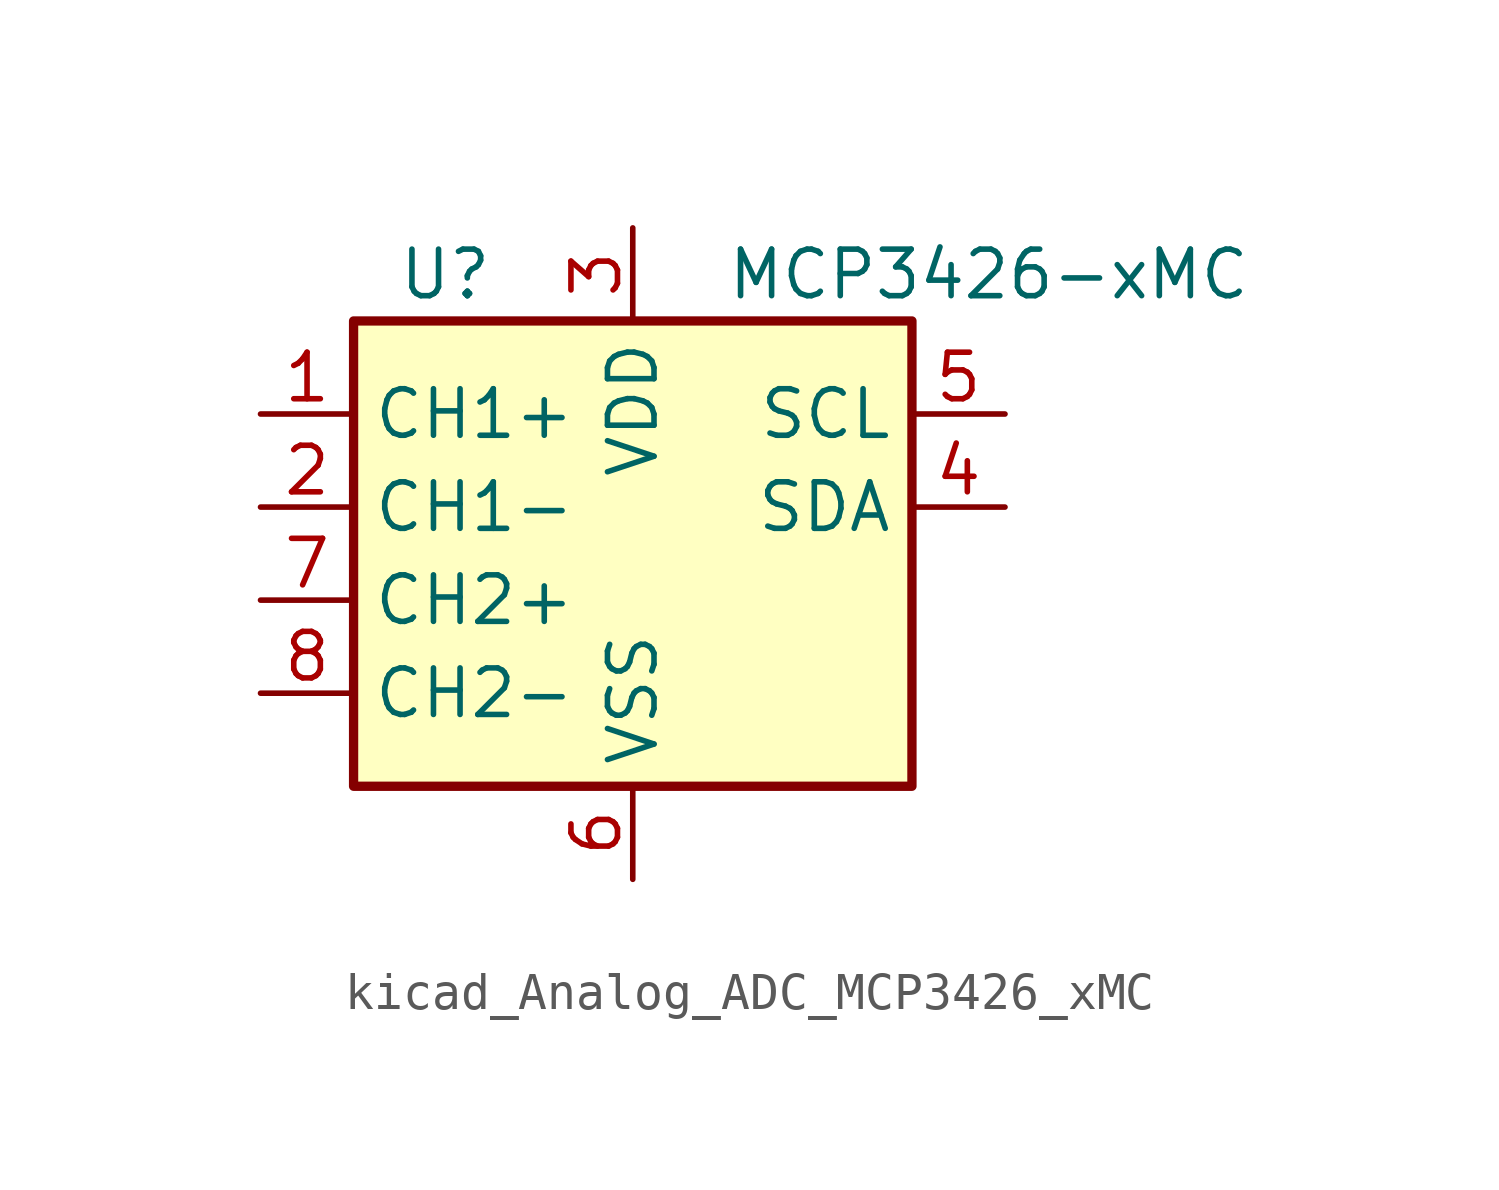
<source format=kicad_sym>
(kicad_symbol_lib
  (version 20220914)
  (generator kicad_symbol_editor)
  (symbol "kicad_Analog_ADC_MCP3426_xMC"
    (property "Reference" "U"
      (at -3.81 8.89 0)
      (effects (font (size 1.27 1.27)) (justify right)))
    (property "Value" "MCP3426-xMC"
      (at 2.54 8.89 0)
      (effects (font (size 1.27 1.27)) (justify left)))
    (symbol "kicad_Analog_ADC_MCP3426_xMC_0_1"
      (rectangle (start -7.62 7.62) (end 7.62 -5.08) (stroke (width 0.254) (type default)) (fill (type background))))
    (symbol "kicad_Analog_ADC_MCP3426_xMC_1_1"
      (pin input line (at -10.16 5.08 0) (length 2.54) (name "CH1+" (effects (font (size 1.27 1.27)))) (number "1" (effects (font (size 1.27 1.27)))))
      (pin input line (at -10.16 2.54 0) (length 2.54) (name "CH1-" (effects (font (size 1.27 1.27)))) (number "2" (effects (font (size 1.27 1.27)))))
      (pin power_in line (at 0 10.16 270) (length 2.54) (name "VDD" (effects (font (size 1.27 1.27)))) (number "3" (effects (font (size 1.27 1.27)))))
      (pin bidirectional line (at 10.16 2.54 180) (length 2.54) (name "SDA" (effects (font (size 1.27 1.27)))) (number "4" (effects (font (size 1.27 1.27)))))
      (pin input line (at 10.16 5.08 180) (length 2.54) (name "SCL" (effects (font (size 1.27 1.27)))) (number "5" (effects (font (size 1.27 1.27)))))
      (pin power_in line (at 0 -7.62 90) (length 2.54) (name "VSS" (effects (font (size 1.27 1.27)))) (number "6" (effects (font (size 1.27 1.27)))))
      (pin input line (at -10.16 0 0) (length 2.54) (name "CH2+" (effects (font (size 1.27 1.27)))) (number "7" (effects (font (size 1.27 1.27)))))
      (pin input line (at -10.16 -2.54 0) (length 2.54) (name "CH2-" (effects (font (size 1.27 1.27)))) (number "8" (effects (font (size 1.27 1.27)))))
      (pin passive line (at 0 -7.62 90) (length 2.54) hide (name "VSS" (effects (font (size 1.27 1.27)))) (number "9" (effects (font (size 1.27 1.27))))))))
</source>
